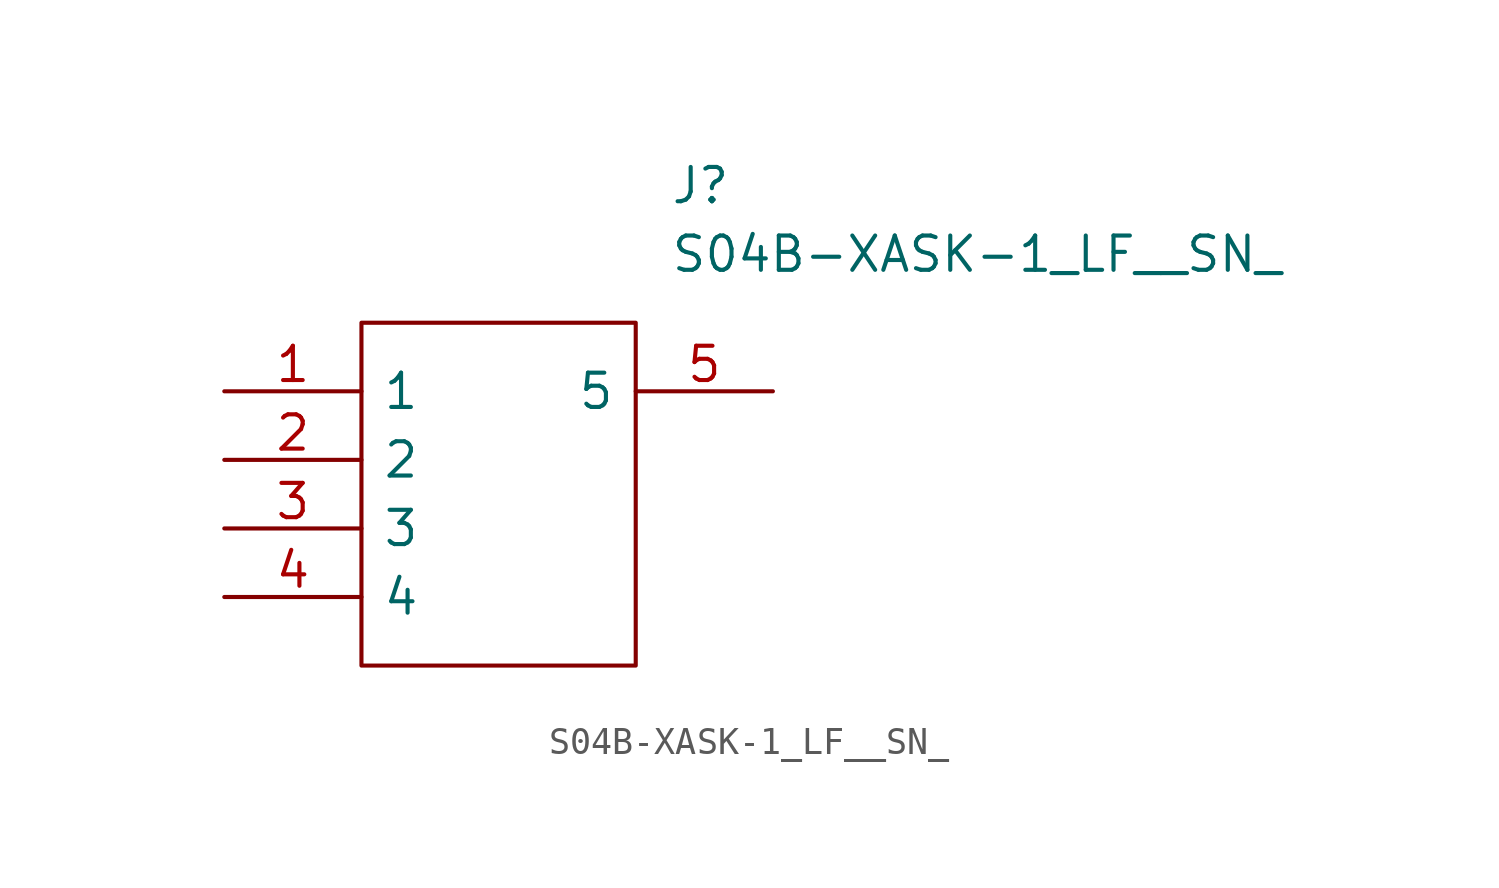
<source format=kicad_sym>
(kicad_symbol_lib
  (version 20211014)
  (generator kicad_symbol_editor)
  (symbol "S04B-XASK-1_LF__SN_"
    (pin_names
      (offset 0.762))
    (property "Reference" "J"
      (at 16.51 7.62 0)
      (effects (font (size 1.27 1.27)) (justify left)))
    (property "Value" "S04B-XASK-1_LF__SN_"
      (at 16.51 5.08 0)
      (effects (font (size 1.27 1.27)) (justify left)))
    (symbol "S04B-XASK-1_LF__SN__0_0"
      (pin passive line (at 0 0 0) (length 5.08) (name "1" (effects (font (size 1.27 1.27)))) (number "1" (effects (font (size 1.27 1.27)))))
      (pin passive line (at 0 -2.54 0) (length 5.08) (name "2" (effects (font (size 1.27 1.27)))) (number "2" (effects (font (size 1.27 1.27)))))
      (pin passive line (at 0 -5.08 0) (length 5.08) (name "3" (effects (font (size 1.27 1.27)))) (number "3" (effects (font (size 1.27 1.27)))))
      (pin passive line (at 0 -7.62 0) (length 5.08) (name "4" (effects (font (size 1.27 1.27)))) (number "4" (effects (font (size 1.27 1.27)))))
      (pin passive line (at 20.32 0 180) (length 5.08) (name "5" (effects (font (size 1.27 1.27)))) (number "5" (effects (font (size 1.27 1.27))))))
    (symbol "S04B-XASK-1_LF__SN__0_1"
      (polyline (pts (xy 5.08 2.54) (xy 15.24 2.54) (xy 15.24 -10.16) (xy 5.08 -10.16) (xy 5.08 2.54)) (stroke (width 0.152) (type default) (color 0 0 0 0)) (fill (type none))))))
</source>
